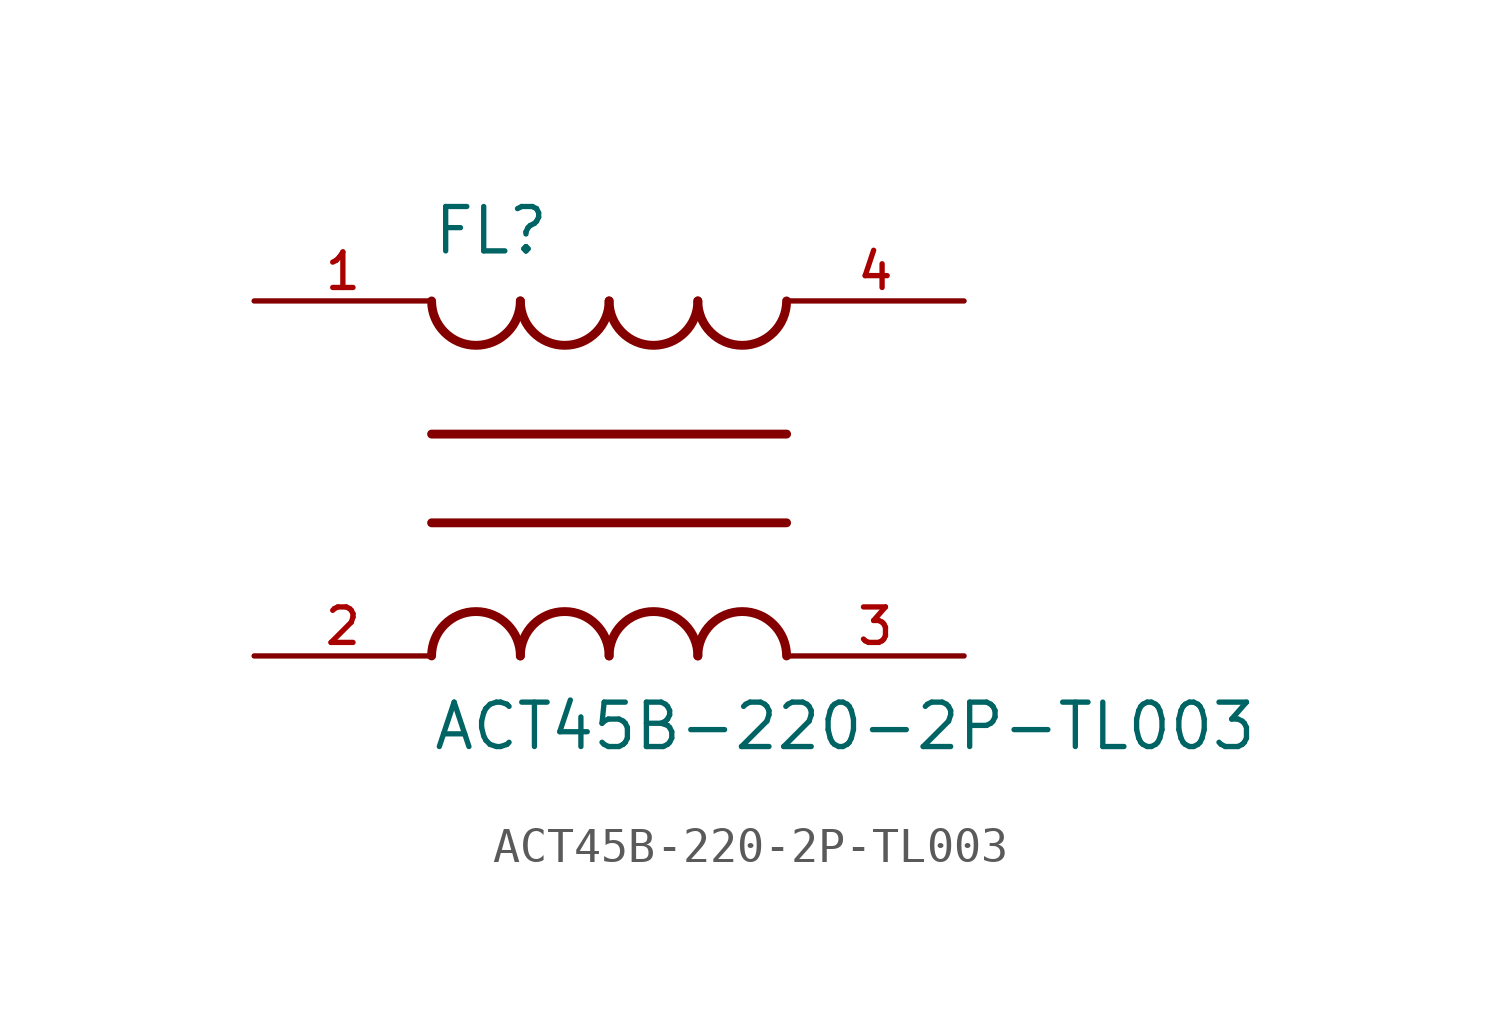
<source format=kicad_sym>
(kicad_symbol_lib
  (version 20211014)
  (generator kicad_symbol_editor)
  (symbol "ACT45B-220-2P-TL003"
    (pin_names
      (offset 1.016))
    (property "Reference" "FL"
      (at -5.08 6.35 0)
      (effects (font (size 1.27 1.27)) (justify bottom left)))
    (property "Value" "ACT45B-220-2P-TL003"
      (at -5.08 -6.35 0)
      (effects (font (size 1.27 1.27)) (justify top left)))
    (symbol "ACT45B-220-2P-TL003_0_0"
      (arc (start -2.54 -5.08) (mid -3.81 -3.81) (end -5.08 -5.08) (stroke (width 0.254) (type default) (color 0 0 0 0)) (fill (type none)))
      (arc (start 0.0 -5.08) (mid -1.27 -3.81) (end -2.54 -5.08) (stroke (width 0.254) (type default) (color 0 0 0 0)) (fill (type none)))
      (arc (start 2.54 -5.08) (mid 1.27 -3.81) (end 0.0 -5.08) (stroke (width 0.254) (type default) (color 0 0 0 0)) (fill (type none)))
      (arc (start 5.08 -5.08) (mid 3.81 -3.81) (end 2.54 -5.08) (stroke (width 0.254) (type default) (color 0 0 0 0)) (fill (type none)))
      (polyline (pts (xy -5.08 -1.27) (xy 5.08 -1.27)) (stroke (width 0.254)))
      (arc (start 2.54 5.08) (mid 3.81 3.81) (end 5.08 5.08) (stroke (width 0.254) (type default) (color 0 0 0 0)) (fill (type none)))
      (arc (start 0.0 5.08) (mid 1.27 3.81) (end 2.54 5.08) (stroke (width 0.254) (type default) (color 0 0 0 0)) (fill (type none)))
      (arc (start -2.54 5.08) (mid -1.27 3.81) (end 0.0 5.08) (stroke (width 0.254) (type default) (color 0 0 0 0)) (fill (type none)))
      (arc (start -5.08 5.08) (mid -3.81 3.81) (end -2.54 5.08) (stroke (width 0.254) (type default) (color 0 0 0 0)) (fill (type none)))
      (polyline (pts (xy 5.08 1.27) (xy -5.08 1.27)) (stroke (width 0.254)))
      (pin passive line (at 10.16 5.08 180.0) (length 5.08) (name "~" (effects (font (size 1.016 1.016)))) (number "4" (effects (font (size 1.016 1.016)))))
      (pin passive line (at 10.16 -5.08 180.0) (length 5.08) (name "~" (effects (font (size 1.016 1.016)))) (number "3" (effects (font (size 1.016 1.016)))))
      (pin passive line (at -10.16 -5.08 0) (length 5.08) (name "~" (effects (font (size 1.016 1.016)))) (number "2" (effects (font (size 1.016 1.016)))))
      (pin passive line (at -10.16 5.08 0) (length 5.08) (name "~" (effects (font (size 1.016 1.016)))) (number "1" (effects (font (size 1.016 1.016))))))))
</source>
